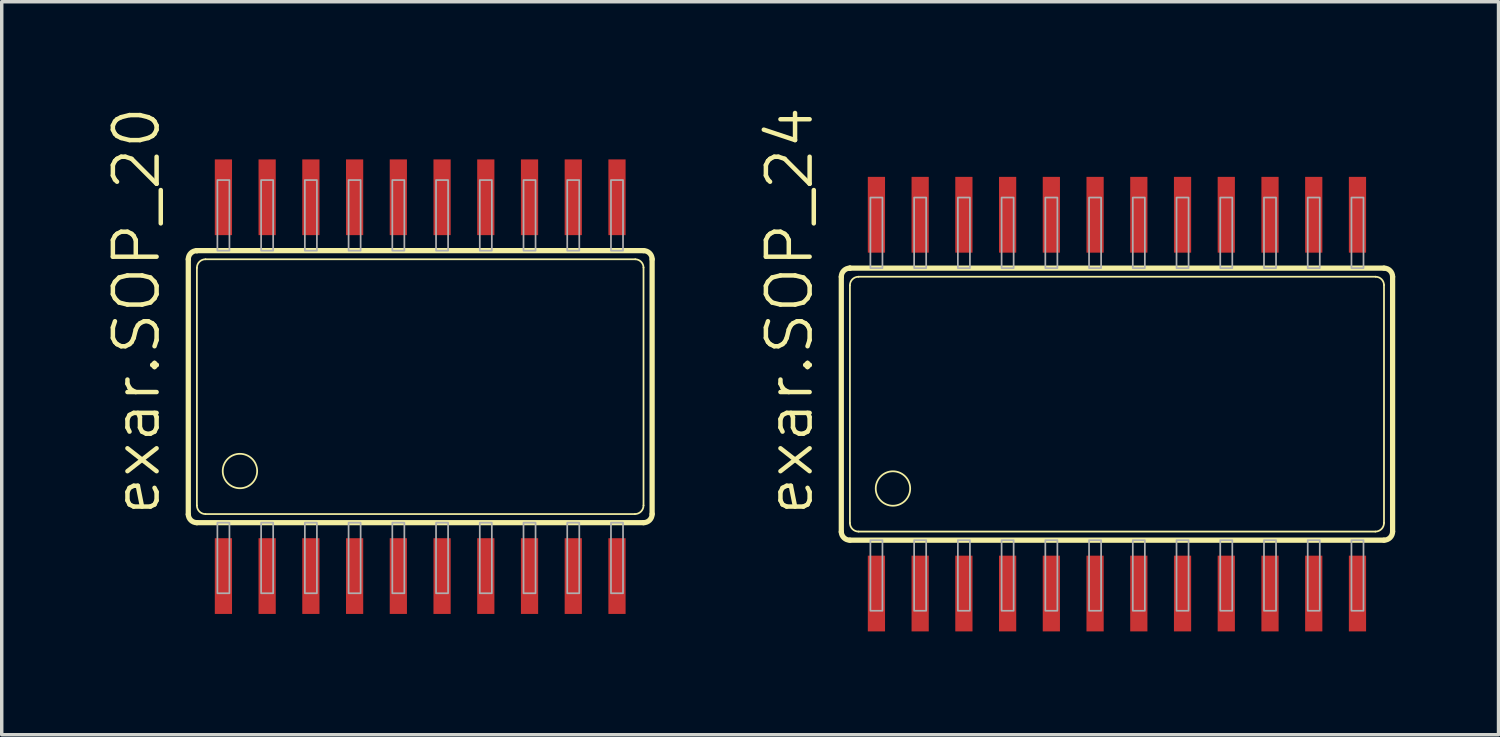
<source format=kicad_pcb>
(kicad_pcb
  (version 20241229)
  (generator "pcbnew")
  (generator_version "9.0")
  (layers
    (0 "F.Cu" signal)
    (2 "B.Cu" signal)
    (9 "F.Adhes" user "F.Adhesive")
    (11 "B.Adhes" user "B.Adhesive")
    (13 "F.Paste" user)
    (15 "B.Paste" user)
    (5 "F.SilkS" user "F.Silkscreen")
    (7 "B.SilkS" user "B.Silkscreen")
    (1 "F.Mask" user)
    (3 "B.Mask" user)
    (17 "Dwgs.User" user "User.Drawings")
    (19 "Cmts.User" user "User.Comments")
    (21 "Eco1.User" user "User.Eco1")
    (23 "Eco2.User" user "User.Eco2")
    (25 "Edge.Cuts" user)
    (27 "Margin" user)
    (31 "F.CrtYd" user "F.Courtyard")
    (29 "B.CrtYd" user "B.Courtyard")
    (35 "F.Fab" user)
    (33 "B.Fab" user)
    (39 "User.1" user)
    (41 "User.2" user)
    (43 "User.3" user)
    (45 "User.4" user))
  (footprint "exar.SOP_24"
    (layer "F.Cu")
    (at 29.387 8.687)
    (property "Reference" "exar.SOP_24" (at -8.763 3.302 90) (layer "F.SilkS") (effects (font (size 1.27 1.27) (thickness 0.13)) (justify left bottom)))
    (attr smd)
    (fp_line (start -8.005 3.71) (end -8.005 -3.7) (stroke (width 0.152) (type default)) (layer "F.SilkS"))
    (fp_line (start -7.756 -3.95) (end -7.755 -3.95) (stroke (width 0.152) (type default)) (layer "F.SilkS"))
    (fp_line (start -7.755 -3.95) (end 7.755 -3.95) (stroke (width 0.152) (type default)) (layer "F.SilkS"))
    (fp_line (start -7.755 3.45) (end -7.755 -3.45) (stroke (width 0.051) (type default)) (layer "F.SilkS"))
    (fp_line (start -7.505 -3.7) (end 7.515 -3.7) (stroke (width 0.051) (type default)) (layer "F.SilkS"))
    (fp_line (start 7.505 3.7) (end -7.505 3.7) (stroke (width 0.051) (type default)) (layer "F.SilkS"))
    (fp_line (start 7.755 -3.46) (end 7.755 3.45) (stroke (width 0.051) (type default)) (layer "F.SilkS"))
    (fp_line (start 7.755 3.95) (end -7.755 3.95) (stroke (width 0.152) (type default)) (layer "F.SilkS"))
    (fp_line (start 8.005 -3.7) (end 8.005 3.7) (stroke (width 0.152) (type default)) (layer "F.SilkS"))
    (fp_arc (start -8.005 -3.7) (mid -7.931777 -3.876777) (end -7.755 -3.95) (stroke (width 0.1524) (type default)) (layer "F.SilkS"))
    (fp_arc (start -7.755 -3.45) (mid -7.681777 -3.626777) (end -7.505 -3.7) (stroke (width 0.0508) (type default)) (layer "F.SilkS"))
    (fp_arc (start -7.755 3.95) (mid -7.928333 3.880347) (end -8.005 3.71) (stroke (width 0.1524) (type default)) (layer "F.SilkS"))
    (fp_arc (start -7.505 3.7) (mid -7.681777 3.626777) (end -7.755 3.45) (stroke (width 0.0508) (type default)) (layer "F.SilkS"))
    (fp_arc (start 7.515 -3.7) (mid 7.683277 -3.628277) (end 7.755 -3.46) (stroke (width 0.0508) (type default)) (layer "F.SilkS"))
    (fp_arc (start 7.755 -3.95) (mid 7.931777 -3.876777) (end 8.005 -3.7) (stroke (width 0.1524) (type default)) (layer "F.SilkS"))
    (fp_arc (start 7.755 3.45) (mid 7.681777 3.626777) (end 7.505 3.7) (stroke (width 0.0508) (type default)) (layer "F.SilkS"))
    (fp_arc (start 8.005 3.7) (mid 7.931777 3.876777) (end 7.755 3.95) (stroke (width 0.1524) (type default)) (layer "F.SilkS"))
    (fp_circle (center -6.505 2.45) (end -6.005 2.45) (stroke (width 0.051) (type default)) (fill no) (layer "F.SilkS"))
    (fp_rect (start -7.16 -3.95) (end -6.81 -6) (stroke (width 0.05) (type default)) (fill no) (layer "F.Fab"))
    (fp_rect (start -7.16 6) (end -6.81 3.95) (stroke (width 0.05) (type default)) (fill no) (layer "F.Fab"))
    (fp_rect (start -5.89 -3.95) (end -5.54 -6) (stroke (width 0.05) (type default)) (fill no) (layer "F.Fab"))
    (fp_rect (start -5.89 6) (end -5.54 3.95) (stroke (width 0.05) (type default)) (fill no) (layer "F.Fab"))
    (fp_rect (start -4.62 -3.95) (end -4.27 -6) (stroke (width 0.05) (type default)) (fill no) (layer "F.Fab"))
    (fp_rect (start -4.62 6) (end -4.27 3.95) (stroke (width 0.05) (type default)) (fill no) (layer "F.Fab"))
    (fp_rect (start -3.35 -3.95) (end -3 -6) (stroke (width 0.05) (type default)) (fill no) (layer "F.Fab"))
    (fp_rect (start -3.35 6) (end -3 3.95) (stroke (width 0.05) (type default)) (fill no) (layer "F.Fab"))
    (fp_rect (start -2.08 -3.95) (end -1.73 -6) (stroke (width 0.05) (type default)) (fill no) (layer "F.Fab"))
    (fp_rect (start -2.08 6) (end -1.73 3.95) (stroke (width 0.05) (type default)) (fill no) (layer "F.Fab"))
    (fp_rect (start -0.81 -3.95) (end -0.46 -6) (stroke (width 0.05) (type default)) (fill no) (layer "F.Fab"))
    (fp_rect (start -0.81 6) (end -0.46 3.95) (stroke (width 0.05) (type default)) (fill no) (layer "F.Fab"))
    (fp_rect (start 0.46 -3.95) (end 0.81 -6) (stroke (width 0.05) (type default)) (fill no) (layer "F.Fab"))
    (fp_rect (start 0.46 6) (end 0.81 3.95) (stroke (width 0.05) (type default)) (fill no) (layer "F.Fab"))
    (fp_rect (start 1.73 -3.95) (end 2.08 -6) (stroke (width 0.05) (type default)) (fill no) (layer "F.Fab"))
    (fp_rect (start 1.73 6) (end 2.08 3.95) (stroke (width 0.05) (type default)) (fill no) (layer "F.Fab"))
    (fp_rect (start 3 -3.95) (end 3.35 -6) (stroke (width 0.05) (type default)) (fill no) (layer "F.Fab"))
    (fp_rect (start 3 6) (end 3.35 3.95) (stroke (width 0.05) (type default)) (fill no) (layer "F.Fab"))
    (fp_rect (start 4.27 -3.95) (end 4.62 -6) (stroke (width 0.05) (type default)) (fill no) (layer "F.Fab"))
    (fp_rect (start 4.27 6) (end 4.62 3.95) (stroke (width 0.05) (type default)) (fill no) (layer "F.Fab"))
    (fp_rect (start 5.54 -3.95) (end 5.89 -6) (stroke (width 0.05) (type default)) (fill no) (layer "F.Fab"))
    (fp_rect (start 5.54 6) (end 5.89 3.95) (stroke (width 0.05) (type default)) (fill no) (layer "F.Fab"))
    (fp_rect (start 6.81 -3.95) (end 7.16 -6) (stroke (width 0.05) (type default)) (fill no) (layer "F.Fab"))
    (fp_rect (start 6.81 6) (end 7.16 3.95) (stroke (width 0.05) (type default)) (fill no) (layer "F.Fab"))
    (pad "1" smd roundrect (at -6.985 5.5) (size 0.5 2.2) (layers "F.Cu" "F.Mask" "F.Paste") (roundrect_rratio 0.01))
    (pad "2" smd roundrect (at -5.715 5.5) (size 0.5 2.2) (layers "F.Cu" "F.Mask" "F.Paste") (roundrect_rratio 0.01))
    (pad "3" smd roundrect (at -4.445 5.5) (size 0.5 2.2) (layers "F.Cu" "F.Mask" "F.Paste") (roundrect_rratio 0.01))
    (pad "4" smd roundrect (at -3.175 5.5) (size 0.5 2.2) (layers "F.Cu" "F.Mask" "F.Paste") (roundrect_rratio 0.01))
    (pad "5" smd roundrect (at -1.905 5.5) (size 0.5 2.2) (layers "F.Cu" "F.Mask" "F.Paste") (roundrect_rratio 0.01))
    (pad "6" smd roundrect (at -0.635 5.5) (size 0.5 2.2) (layers "F.Cu" "F.Mask" "F.Paste") (roundrect_rratio 0.01))
    (pad "7" smd roundrect (at 0.635 5.5) (size 0.5 2.2) (layers "F.Cu" "F.Mask" "F.Paste") (roundrect_rratio 0.01))
    (pad "8" smd roundrect (at 1.905 5.5) (size 0.5 2.2) (layers "F.Cu" "F.Mask" "F.Paste") (roundrect_rratio 0.01))
    (pad "9" smd roundrect (at 3.175 5.5) (size 0.5 2.2) (layers "F.Cu" "F.Mask" "F.Paste") (roundrect_rratio 0.01))
    (pad "10" smd roundrect (at 4.445 5.5) (size 0.5 2.2) (layers "F.Cu" "F.Mask" "F.Paste") (roundrect_rratio 0.01))
    (pad "11" smd roundrect (at 5.715 5.5) (size 0.5 2.2) (layers "F.Cu" "F.Mask" "F.Paste") (roundrect_rratio 0.01))
    (pad "12" smd roundrect (at 6.985 5.5) (size 0.5 2.2) (layers "F.Cu" "F.Mask" "F.Paste") (roundrect_rratio 0.01))
    (pad "13" smd roundrect (at 6.985 -5.5) (size 0.5 2.2) (layers "F.Cu" "F.Mask" "F.Paste") (roundrect_rratio 0.01))
    (pad "14" smd roundrect (at 5.715 -5.5) (size 0.5 2.2) (layers "F.Cu" "F.Mask" "F.Paste") (roundrect_rratio 0.01))
    (pad "15" smd roundrect (at 4.445 -5.5) (size 0.5 2.2) (layers "F.Cu" "F.Mask" "F.Paste") (roundrect_rratio 0.01))
    (pad "16" smd roundrect (at 3.175 -5.5) (size 0.5 2.2) (layers "F.Cu" "F.Mask" "F.Paste") (roundrect_rratio 0.01))
    (pad "17" smd roundrect (at 1.905 -5.5) (size 0.5 2.2) (layers "F.Cu" "F.Mask" "F.Paste") (roundrect_rratio 0.01))
    (pad "18" smd roundrect (at 0.635 -5.5) (size 0.5 2.2) (layers "F.Cu" "F.Mask" "F.Paste") (roundrect_rratio 0.01))
    (pad "19" smd roundrect (at -0.635 -5.5) (size 0.5 2.2) (layers "F.Cu" "F.Mask" "F.Paste") (roundrect_rratio 0.01))
    (pad "20" smd roundrect (at -1.905 -5.5) (size 0.5 2.2) (layers "F.Cu" "F.Mask" "F.Paste") (roundrect_rratio 0.01))
    (pad "21" smd roundrect (at -3.175 -5.5) (size 0.5 2.2) (layers "F.Cu" "F.Mask" "F.Paste") (roundrect_rratio 0.01))
    (pad "22" smd roundrect (at -4.445 -5.5) (size 0.5 2.2) (layers "F.Cu" "F.Mask" "F.Paste") (roundrect_rratio 0.01))
    (pad "23" smd roundrect (at -5.715 -5.5) (size 0.5 2.2) (layers "F.Cu" "F.Mask" "F.Paste") (roundrect_rratio 0.01))
    (pad "24" smd roundrect (at -6.985 -5.5) (size 0.5 2.2) (layers "F.Cu" "F.Mask" "F.Paste") (roundrect_rratio 0.01)))
  (footprint "exar.SOP_20"
    (layer "F.Cu")
    (at 9.153 8.179)
    (property "Reference" "exar.SOP_20" (at -7.493 3.81 90) (layer "F.SilkS") (effects (font (size 1.27 1.27) (thickness 0.13)) (justify left bottom)))
    (attr smd)
    (fp_line (start -6.735 3.71) (end -6.735 -3.7) (stroke (width 0.152) (type default)) (layer "F.SilkS"))
    (fp_line (start -6.486 -3.95) (end -6.485 -3.95) (stroke (width 0.152) (type default)) (layer "F.SilkS"))
    (fp_line (start -6.485 -3.95) (end 6.485 -3.95) (stroke (width 0.152) (type default)) (layer "F.SilkS"))
    (fp_line (start -6.485 3.45) (end -6.485 -3.45) (stroke (width 0.051) (type default)) (layer "F.SilkS"))
    (fp_line (start -6.235 -3.7) (end 6.245 -3.7) (stroke (width 0.051) (type default)) (layer "F.SilkS"))
    (fp_line (start 6.235 3.7) (end -6.235 3.7) (stroke (width 0.051) (type default)) (layer "F.SilkS"))
    (fp_line (start 6.485 -3.46) (end 6.485 3.45) (stroke (width 0.051) (type default)) (layer "F.SilkS"))
    (fp_line (start 6.485 3.95) (end -6.485 3.95) (stroke (width 0.152) (type default)) (layer "F.SilkS"))
    (fp_line (start 6.735 -3.7) (end 6.735 3.7) (stroke (width 0.152) (type default)) (layer "F.SilkS"))
    (fp_arc (start -6.735 -3.7) (mid -6.661777 -3.876777) (end -6.485 -3.95) (stroke (width 0.1524) (type default)) (layer "F.SilkS"))
    (fp_arc (start -6.485 -3.45) (mid -6.411777 -3.626777) (end -6.235 -3.7) (stroke (width 0.0508) (type default)) (layer "F.SilkS"))
    (fp_arc (start -6.485 3.95) (mid -6.658333 3.880347) (end -6.735 3.71) (stroke (width 0.1524) (type default)) (layer "F.SilkS"))
    (fp_arc (start -6.235 3.7) (mid -6.411777 3.626777) (end -6.485 3.45) (stroke (width 0.0508) (type default)) (layer "F.SilkS"))
    (fp_arc (start 6.245 -3.7) (mid 6.413277 -3.628277) (end 6.485 -3.46) (stroke (width 0.0508) (type default)) (layer "F.SilkS"))
    (fp_arc (start 6.485 -3.95) (mid 6.661777 -3.876777) (end 6.735 -3.7) (stroke (width 0.1524) (type default)) (layer "F.SilkS"))
    (fp_arc (start 6.485 3.45) (mid 6.411777 3.626777) (end 6.235 3.7) (stroke (width 0.0508) (type default)) (layer "F.SilkS"))
    (fp_arc (start 6.735 3.7) (mid 6.661777 3.876777) (end 6.485 3.95) (stroke (width 0.1524) (type default)) (layer "F.SilkS"))
    (fp_circle (center -5.235 2.45) (end -4.735 2.45) (stroke (width 0.051) (type default)) (fill no) (layer "F.SilkS"))
    (fp_rect (start -5.89 -3.95) (end -5.54 -6) (stroke (width 0.05) (type default)) (fill no) (layer "F.Fab"))
    (fp_rect (start -5.89 6) (end -5.54 3.95) (stroke (width 0.05) (type default)) (fill no) (layer "F.Fab"))
    (fp_rect (start -4.62 -3.95) (end -4.27 -6) (stroke (width 0.05) (type default)) (fill no) (layer "F.Fab"))
    (fp_rect (start -4.62 6) (end -4.27 3.95) (stroke (width 0.05) (type default)) (fill no) (layer "F.Fab"))
    (fp_rect (start -3.35 -3.95) (end -3 -6) (stroke (width 0.05) (type default)) (fill no) (layer "F.Fab"))
    (fp_rect (start -3.35 6) (end -3 3.95) (stroke (width 0.05) (type default)) (fill no) (layer "F.Fab"))
    (fp_rect (start -2.08 -3.95) (end -1.73 -6) (stroke (width 0.05) (type default)) (fill no) (layer "F.Fab"))
    (fp_rect (start -2.08 6) (end -1.73 3.95) (stroke (width 0.05) (type default)) (fill no) (layer "F.Fab"))
    (fp_rect (start -0.81 -3.95) (end -0.46 -6) (stroke (width 0.05) (type default)) (fill no) (layer "F.Fab"))
    (fp_rect (start -0.81 6) (end -0.46 3.95) (stroke (width 0.05) (type default)) (fill no) (layer "F.Fab"))
    (fp_rect (start 0.46 -3.95) (end 0.81 -6) (stroke (width 0.05) (type default)) (fill no) (layer "F.Fab"))
    (fp_rect (start 0.46 6) (end 0.81 3.95) (stroke (width 0.05) (type default)) (fill no) (layer "F.Fab"))
    (fp_rect (start 1.73 -3.95) (end 2.08 -6) (stroke (width 0.05) (type default)) (fill no) (layer "F.Fab"))
    (fp_rect (start 1.73 6) (end 2.08 3.95) (stroke (width 0.05) (type default)) (fill no) (layer "F.Fab"))
    (fp_rect (start 3 -3.95) (end 3.35 -6) (stroke (width 0.05) (type default)) (fill no) (layer "F.Fab"))
    (fp_rect (start 3 6) (end 3.35 3.95) (stroke (width 0.05) (type default)) (fill no) (layer "F.Fab"))
    (fp_rect (start 4.27 -3.95) (end 4.62 -6) (stroke (width 0.05) (type default)) (fill no) (layer "F.Fab"))
    (fp_rect (start 4.27 6) (end 4.62 3.95) (stroke (width 0.05) (type default)) (fill no) (layer "F.Fab"))
    (fp_rect (start 5.54 -3.95) (end 5.89 -6) (stroke (width 0.05) (type default)) (fill no) (layer "F.Fab"))
    (fp_rect (start 5.54 6) (end 5.89 3.95) (stroke (width 0.05) (type default)) (fill no) (layer "F.Fab"))
    (pad "1" smd roundrect (at -5.715 5.5) (size 0.5 2.2) (layers "F.Cu" "F.Mask" "F.Paste") (roundrect_rratio 0.01))
    (pad "2" smd roundrect (at -4.445 5.5) (size 0.5 2.2) (layers "F.Cu" "F.Mask" "F.Paste") (roundrect_rratio 0.01))
    (pad "3" smd roundrect (at -3.175 5.5) (size 0.5 2.2) (layers "F.Cu" "F.Mask" "F.Paste") (roundrect_rratio 0.01))
    (pad "4" smd roundrect (at -1.905 5.5) (size 0.5 2.2) (layers "F.Cu" "F.Mask" "F.Paste") (roundrect_rratio 0.01))
    (pad "5" smd roundrect (at -0.635 5.5) (size 0.5 2.2) (layers "F.Cu" "F.Mask" "F.Paste") (roundrect_rratio 0.01))
    (pad "6" smd roundrect (at 0.635 5.5) (size 0.5 2.2) (layers "F.Cu" "F.Mask" "F.Paste") (roundrect_rratio 0.01))
    (pad "7" smd roundrect (at 1.905 5.5) (size 0.5 2.2) (layers "F.Cu" "F.Mask" "F.Paste") (roundrect_rratio 0.01))
    (pad "8" smd roundrect (at 3.175 5.5) (size 0.5 2.2) (layers "F.Cu" "F.Mask" "F.Paste") (roundrect_rratio 0.01))
    (pad "9" smd roundrect (at 4.445 5.5) (size 0.5 2.2) (layers "F.Cu" "F.Mask" "F.Paste") (roundrect_rratio 0.01))
    (pad "10" smd roundrect (at 5.715 5.5) (size 0.5 2.2) (layers "F.Cu" "F.Mask" "F.Paste") (roundrect_rratio 0.01))
    (pad "11" smd roundrect (at 5.715 -5.5) (size 0.5 2.2) (layers "F.Cu" "F.Mask" "F.Paste") (roundrect_rratio 0.01))
    (pad "12" smd roundrect (at 4.445 -5.5) (size 0.5 2.2) (layers "F.Cu" "F.Mask" "F.Paste") (roundrect_rratio 0.01))
    (pad "13" smd roundrect (at 3.175 -5.5) (size 0.5 2.2) (layers "F.Cu" "F.Mask" "F.Paste") (roundrect_rratio 0.01))
    (pad "14" smd roundrect (at 1.905 -5.5) (size 0.5 2.2) (layers "F.Cu" "F.Mask" "F.Paste") (roundrect_rratio 0.01))
    (pad "15" smd roundrect (at 0.635 -5.5) (size 0.5 2.2) (layers "F.Cu" "F.Mask" "F.Paste") (roundrect_rratio 0.01))
    (pad "16" smd roundrect (at -0.635 -5.5) (size 0.5 2.2) (layers "F.Cu" "F.Mask" "F.Paste") (roundrect_rratio 0.01))
    (pad "17" smd roundrect (at -1.905 -5.5) (size 0.5 2.2) (layers "F.Cu" "F.Mask" "F.Paste") (roundrect_rratio 0.01))
    (pad "18" smd roundrect (at -3.175 -5.5) (size 0.5 2.2) (layers "F.Cu" "F.Mask" "F.Paste") (roundrect_rratio 0.01))
    (pad "19" smd roundrect (at -4.445 -5.5) (size 0.5 2.2) (layers "F.Cu" "F.Mask" "F.Paste") (roundrect_rratio 0.01))
    (pad "20" smd roundrect (at -5.715 -5.5) (size 0.5 2.2) (layers "F.Cu" "F.Mask" "F.Paste") (roundrect_rratio 0.01)))
  (gr_rect
    (start -3 -3)
    (end 40.468 18.287)
    (stroke (width 0.1) (type default))
    (fill no)
    (layer "Edge.Cuts")))
</source>
